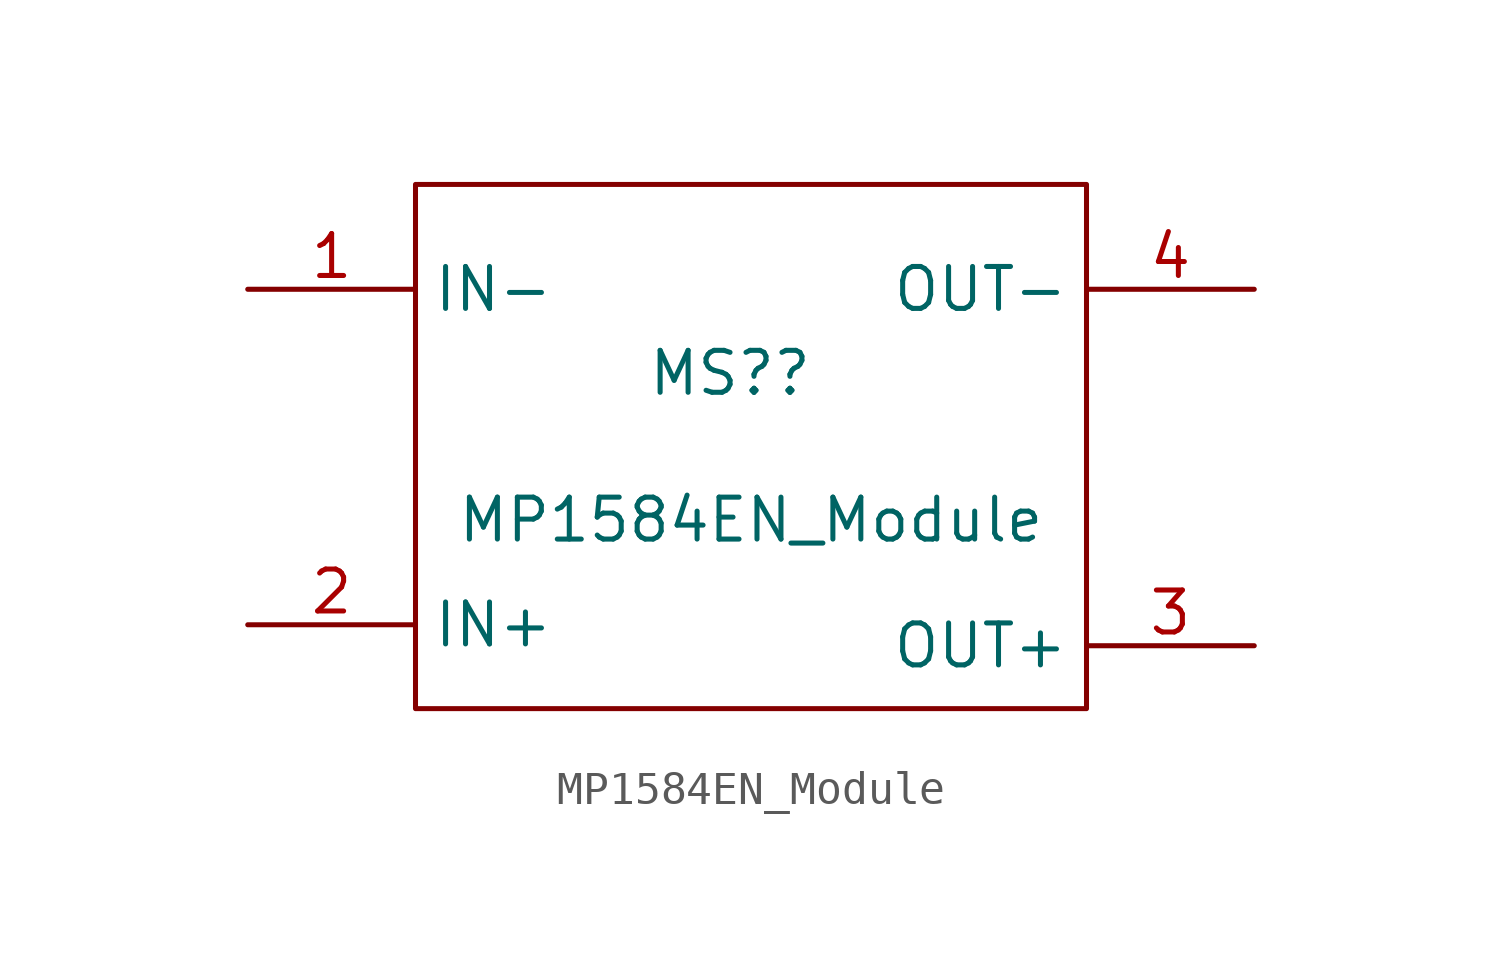
<source format=kicad_sym>
(kicad_symbol_lib
  (version 20211014)
  (generator kicad_symbol_editor)
  (symbol "MP1584EN_Module"
    (property "Reference" "MS?"
      (at 0 1.905 0)
      (effects (font (size 1.27 1.27))))
    (property "Value" "MP1584EN_Module"
      (at 0.635 -2.54 0)
      (effects (font (size 1.27 1.27))))
    (symbol "MP1584EN_Module_0_1"
      (rectangle (start -9.525 7.62) (end 10.795 -8.255) (stroke (width 0) (type default) (color 0 0 0 0)) (fill (type none))))
    (symbol "MP1584EN_Module_1_1"
      (pin power_in line (at -14.605 4.445 0) (length 5.08) (name "IN-" (effects (font (size 1.27 1.27)))) (number "1" (effects (font (size 1.27 1.27)))))
      (pin power_in line (at -14.605 -5.715 0) (length 5.08) (name "IN+" (effects (font (size 1.27 1.27)))) (number "2" (effects (font (size 1.27 1.27)))))
      (pin power_out line (at 15.875 -6.35 180) (length 5.08) (name "OUT+" (effects (font (size 1.27 1.27)))) (number "3" (effects (font (size 1.27 1.27)))))
      (pin power_out line (at 15.875 4.445 180) (length 5.08) (name "OUT-" (effects (font (size 1.27 1.27)))) (number "4" (effects (font (size 1.27 1.27))))))))
</source>
